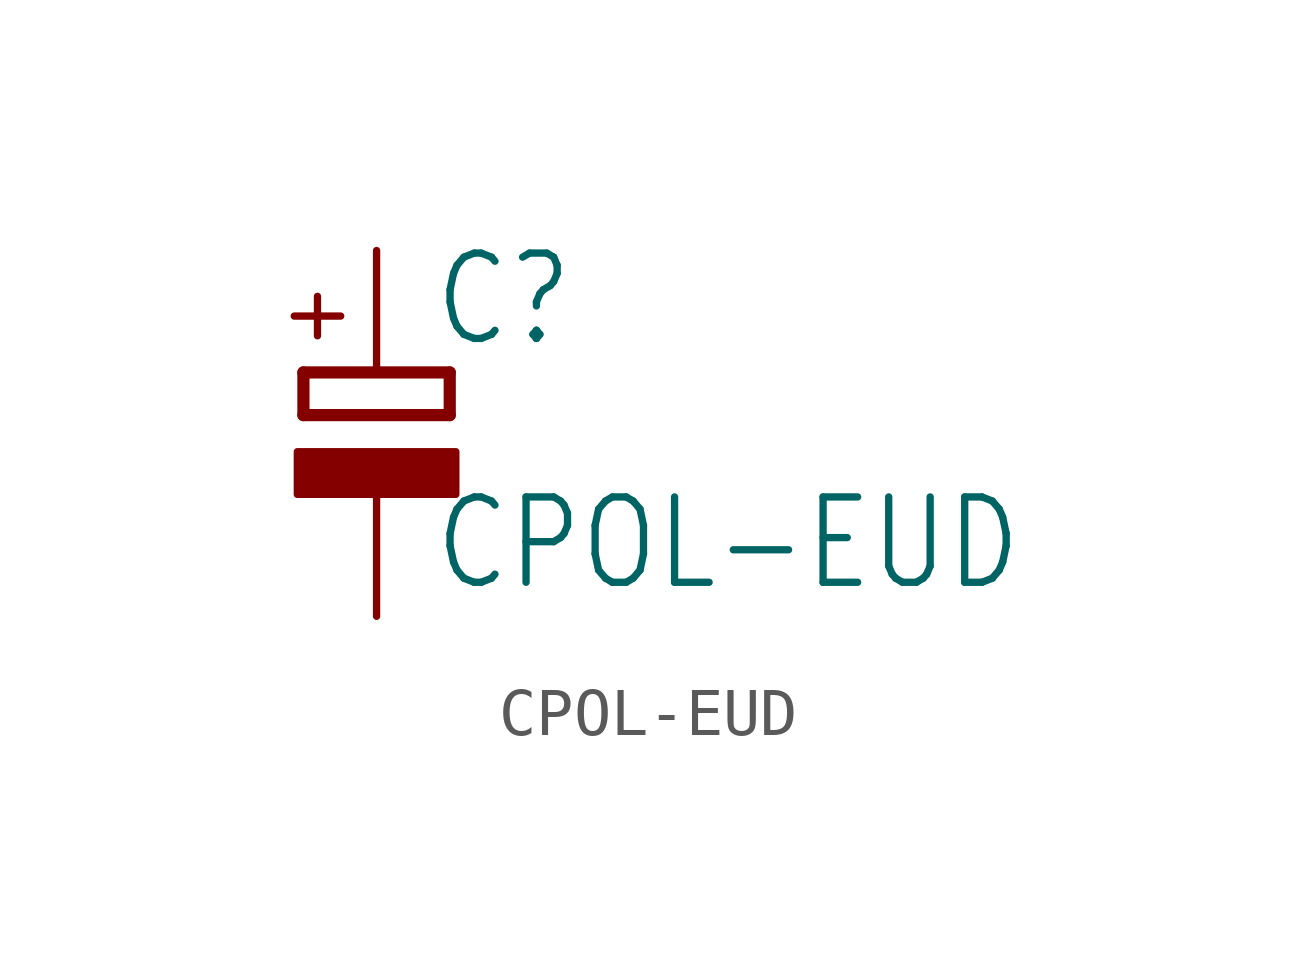
<source format=kicad_sym>
(kicad_symbol_lib
  (version 20220914)
  (generator kicad_symbol_editor)
  (symbol "CPOL-EUD"
    (property "Reference" "C"
      (at 1.143 0.483 0)
      (effects (font (size 1.778 1.511)) (justify left bottom)))
    (property "Value" "CPOL-EUD"
      (at 1.143 -4.597 0)
      (effects (font (size 1.778 1.511)) (justify left bottom)))
    (property "ki_locked" ""
      (at 0 0 0)
      (effects (font (size 1.27 1.27))))
    (symbol "CPOL-EUD_1_0"
      (rectangle (start -1.651 -2.54) (end 1.651 -1.651) (stroke (width 0) (type default)) (fill (type outline)))
      (polyline (pts (xy -1.524 -0.889) (xy 1.524 -0.889)) (stroke (width 0.254) (type default)) (fill (type none)))
      (polyline (pts (xy -1.524 0) (xy -1.524 -0.889)) (stroke (width 0.254) (type default)) (fill (type none)))
      (polyline (pts (xy -1.524 0) (xy 1.524 0)) (stroke (width 0.254) (type default)) (fill (type none)))
      (polyline (pts (xy 1.524 -0.889) (xy 1.524 0)) (stroke (width 0.254) (type default)) (fill (type none)))
      (text "+" (at -0.584 0.406 900) (effects (font (size 1.27 1.079)) (justify left bottom)))
      (pin passive line (at 0 2.54 270) (length 2.54) (name "+" (effects (font (size 0 0)))) (number "+" (effects (font (size 0 0)))))
      (pin passive line (at 0 -5.08 90) (length 2.54) (name "-" (effects (font (size 0 0)))) (number "-" (effects (font (size 0 0))))))))
</source>
